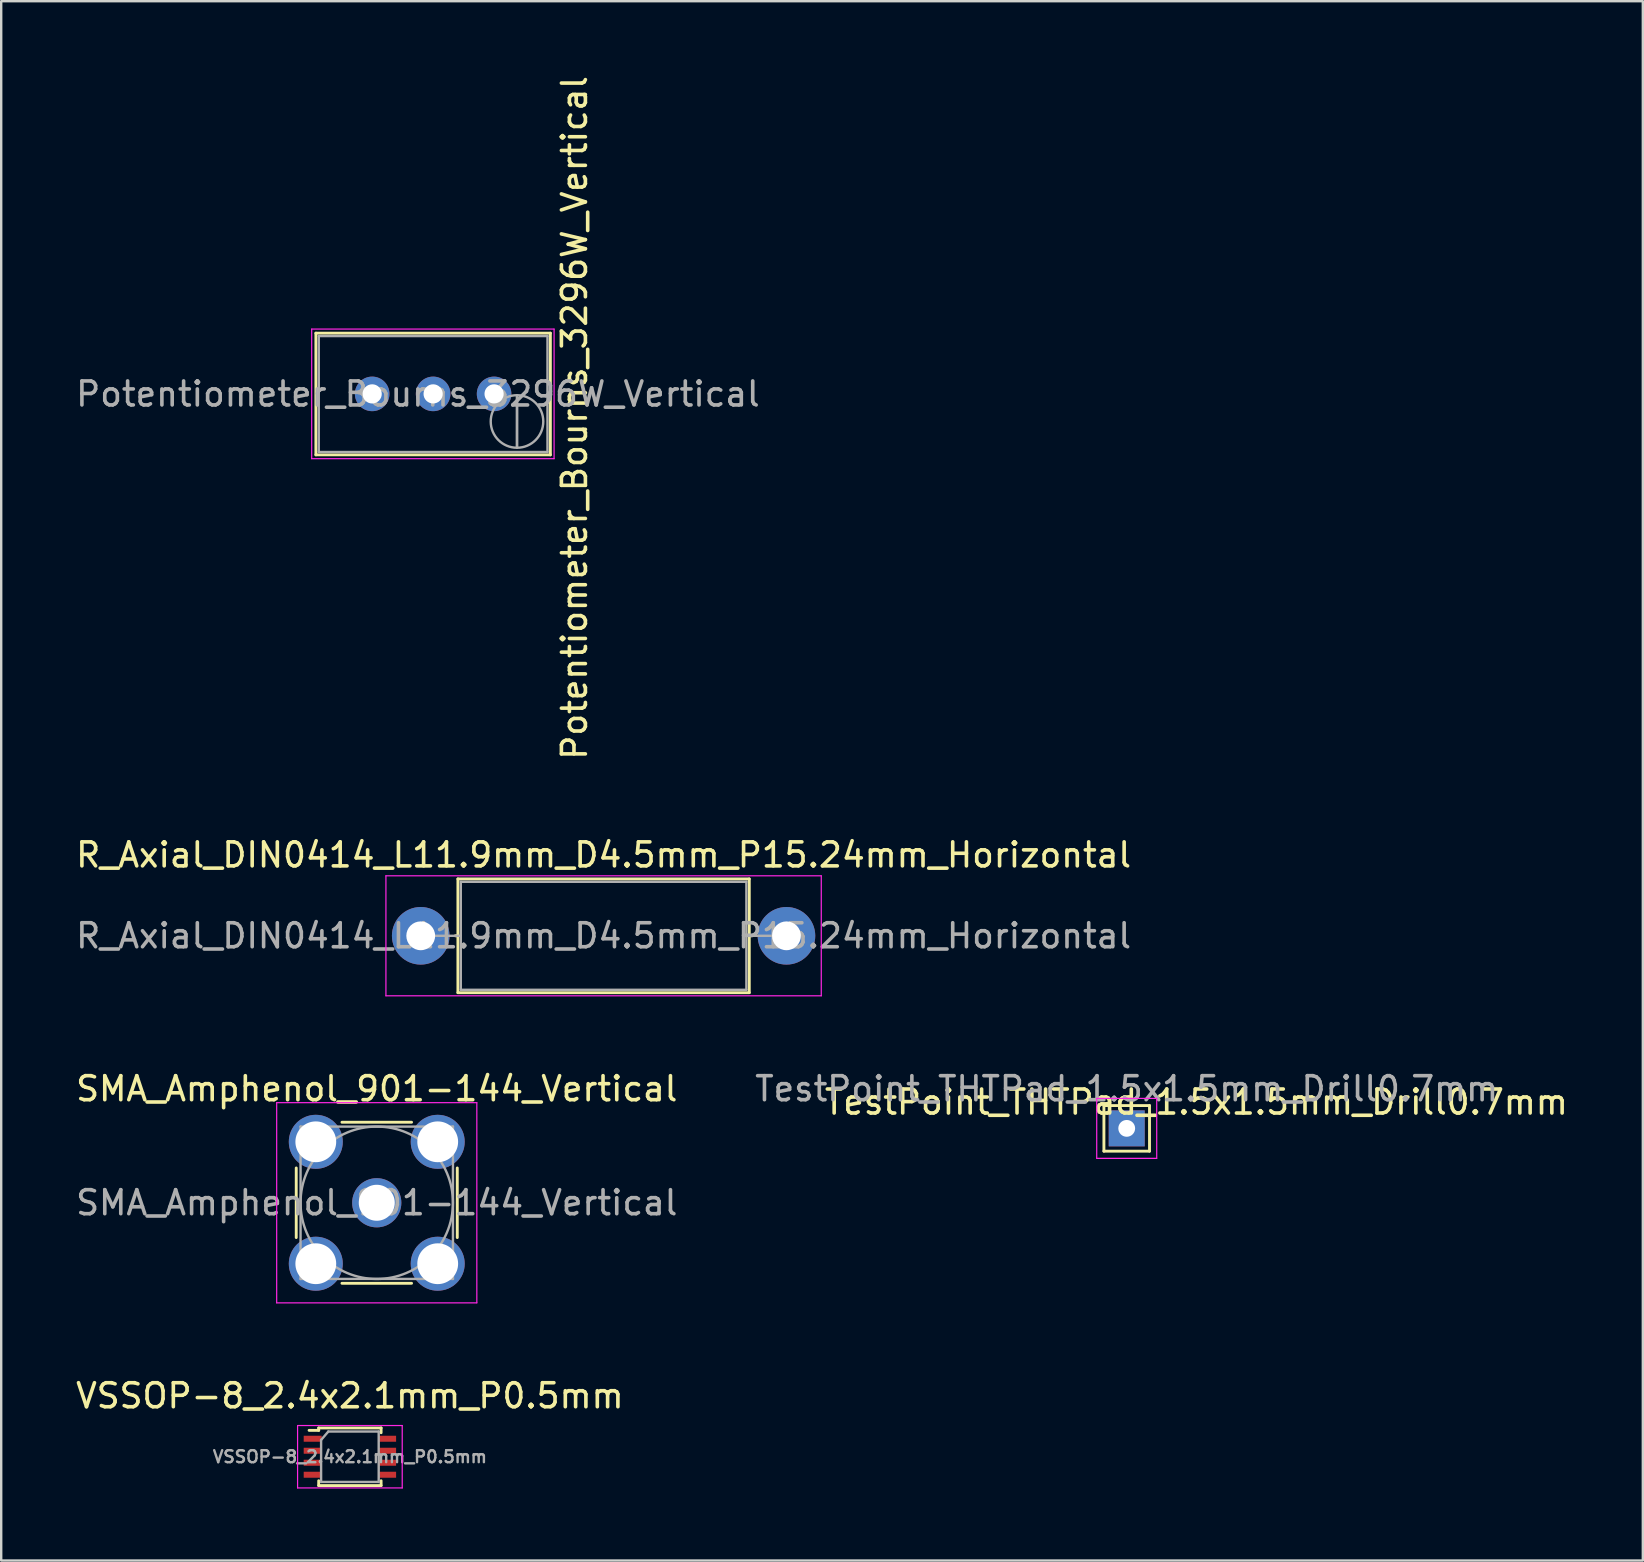
<source format=kicad_pcb>
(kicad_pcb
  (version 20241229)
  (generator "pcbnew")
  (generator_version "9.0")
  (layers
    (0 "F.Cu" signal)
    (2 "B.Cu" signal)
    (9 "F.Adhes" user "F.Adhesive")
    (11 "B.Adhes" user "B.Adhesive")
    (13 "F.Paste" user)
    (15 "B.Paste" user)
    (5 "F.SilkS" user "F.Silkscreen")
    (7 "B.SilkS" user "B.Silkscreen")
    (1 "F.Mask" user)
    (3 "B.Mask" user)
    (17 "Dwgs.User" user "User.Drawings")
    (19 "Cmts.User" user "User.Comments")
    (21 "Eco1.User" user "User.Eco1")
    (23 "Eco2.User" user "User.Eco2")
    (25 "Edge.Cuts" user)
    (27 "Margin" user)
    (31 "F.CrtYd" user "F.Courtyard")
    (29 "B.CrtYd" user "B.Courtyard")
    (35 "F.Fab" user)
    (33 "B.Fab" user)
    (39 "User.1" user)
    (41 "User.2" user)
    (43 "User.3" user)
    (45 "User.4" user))
  (footprint "Potentiometer_Bourns_3296W_Vertical"
    (layer "F.Cu")
    (at 17.538 13.363)
    (property "Reference" "Potentiometer_Bourns_3296W_Vertical" (at 3.35 1 90) (layer "F.SilkS") (effects (font (size 1 1) (thickness 0.15))))
    (attr through_hole)
    (fp_line (start -7.425 -2.53) (end -7.425 2.54) (stroke (width 0.12) (type solid)) (layer "F.SilkS"))
    (fp_line (start -7.425 -2.53) (end 2.345 -2.53) (stroke (width 0.12) (type solid)) (layer "F.SilkS"))
    (fp_line (start -7.425 2.54) (end 2.345 2.54) (stroke (width 0.12) (type solid)) (layer "F.SilkS"))
    (fp_line (start 2.345 -2.53) (end 2.345 2.54) (stroke (width 0.12) (type solid)) (layer "F.SilkS"))
    (fp_line (start -7.6 -2.7) (end -7.6 2.7) (stroke (width 0.05) (type solid)) (layer "F.CrtYd"))
    (fp_line (start -7.6 2.7) (end 2.5 2.7) (stroke (width 0.05) (type solid)) (layer "F.CrtYd"))
    (fp_line (start 2.5 -2.7) (end -7.6 -2.7) (stroke (width 0.05) (type solid)) (layer "F.CrtYd"))
    (fp_line (start 2.5 2.7) (end 2.5 -2.7) (stroke (width 0.05) (type solid)) (layer "F.CrtYd"))
    (fp_line (start -7.305 -2.41) (end -7.305 2.42) (stroke (width 0.1) (type solid)) (layer "F.Fab"))
    (fp_line (start -7.305 2.42) (end 2.225 2.42) (stroke (width 0.1) (type solid)) (layer "F.Fab"))
    (fp_line (start 0.955 2.235) (end 0.956 0.066) (stroke (width 0.1) (type solid)) (layer "F.Fab"))
    (fp_line (start 0.955 2.235) (end 0.956 0.066) (stroke (width 0.1) (type solid)) (layer "F.Fab"))
    (fp_line (start 2.225 -2.41) (end -7.305 -2.41) (stroke (width 0.1) (type solid)) (layer "F.Fab"))
    (fp_line (start 2.225 2.42) (end 2.225 -2.41) (stroke (width 0.1) (type solid)) (layer "F.Fab"))
    (fp_circle (center 0.955 1.15) (end 2.05 1.15) (stroke (width 0.1) (type solid)) (fill no) (layer "F.Fab"))
    (fp_text user "${REFERENCE}" (at -3.175 0.005 180) (layer "F.Fab") (effects (font (size 1 1) (thickness 0.15))))
    (pad "1" thru_hole circle (at 0 0) (size 1.44 1.44) (drill 0.8) (layers "*.Cu" "*.Mask"))
    (pad "2" thru_hole circle (at -2.54 0) (size 1.44 1.44) (drill 0.8) (layers "*.Cu" "*.Mask"))
    (pad "3" thru_hole circle (at -5.08 0) (size 1.44 1.44) (drill 0.8) (layers "*.Cu" "*.Mask")))
  (footprint "VSSOP-8_2.4x2.1mm_P0.5mm"
    (layer "F.Cu")
    (at 11.53 57.651)
    (property "Reference" "VSSOP-8_2.4x2.1mm_P0.5mm" (at 0 -2.54 0) (layer "F.SilkS") (effects (font (size 1 1) (thickness 0.15))))
    (attr smd)
    (fp_line (start -1.3 -1.2) (end -1.3 -1.1) (stroke (width 0.12) (type solid)) (layer "F.SilkS"))
    (fp_line (start -1.3 -1.1) (end -1.7 -1.1) (stroke (width 0.12) (type solid)) (layer "F.SilkS"))
    (fp_line (start -1.3 1.2) (end -1.3 1) (stroke (width 0.12) (type solid)) (layer "F.SilkS"))
    (fp_line (start -1.3 1.2) (end 1.3 1.2) (stroke (width 0.12) (type solid)) (layer "F.SilkS"))
    (fp_line (start 1.3 -1.2) (end -1.3 -1.2) (stroke (width 0.12) (type solid)) (layer "F.SilkS"))
    (fp_line (start 1.3 -1) (end 1.3 -1.2) (stroke (width 0.12) (type solid)) (layer "F.SilkS"))
    (fp_line (start 1.3 1.2) (end 1.3 1) (stroke (width 0.12) (type solid)) (layer "F.SilkS"))
    (fp_line (start -2.18 -1.3) (end 2.18 -1.3) (stroke (width 0.05) (type solid)) (layer "F.CrtYd"))
    (fp_line (start -2.18 1.3) (end -2.18 -1.3) (stroke (width 0.05) (type solid)) (layer "F.CrtYd"))
    (fp_line (start 2.18 -1.3) (end 2.18 1.3) (stroke (width 0.05) (type solid)) (layer "F.CrtYd"))
    (fp_line (start 2.18 1.3) (end -2.18 1.3) (stroke (width 0.05) (type solid)) (layer "F.CrtYd"))
    (fp_line (start -1.2 -0.7) (end -1.2 1.05) (stroke (width 0.1) (type solid)) (layer "F.Fab"))
    (fp_line (start -1.2 1.05) (end 1.2 1.05) (stroke (width 0.1) (type solid)) (layer "F.Fab"))
    (fp_line (start -0.9 -1.05) (end -1.2 -0.7) (stroke (width 0.1) (type solid)) (layer "F.Fab"))
    (fp_line (start 1.2 -1.05) (end -0.9 -1.05) (stroke (width 0.1) (type solid)) (layer "F.Fab"))
    (fp_line (start 1.2 1.05) (end 1.2 -1.05) (stroke (width 0.1) (type solid)) (layer "F.Fab"))
    (fp_text user "${REFERENCE}" (at 0 0 0) (layer "F.Fab") (effects (font (size 0.5 0.5) (thickness 0.1))))
    (pad "1" smd rect (at -1.55 -0.75) (size 0.75 0.25) (layers "F.Cu" "F.Mask" "F.Paste"))
    (pad "2" smd rect (at -1.55 -0.25) (size 0.75 0.25) (layers "F.Cu" "F.Mask" "F.Paste"))
    (pad "3" smd rect (at -1.55 0.25) (size 0.75 0.25) (layers "F.Cu" "F.Mask" "F.Paste"))
    (pad "4" smd rect (at -1.55 0.75) (size 0.75 0.25) (layers "F.Cu" "F.Mask" "F.Paste"))
    (pad "5" smd rect (at 1.55 0.75) (size 0.75 0.25) (layers "F.Cu" "F.Mask" "F.Paste"))
    (pad "6" smd rect (at 1.55 0.25) (size 0.75 0.25) (layers "F.Cu" "F.Mask" "F.Paste"))
    (pad "7" smd rect (at 1.55 -0.25) (size 0.75 0.25) (layers "F.Cu" "F.Mask" "F.Paste"))
    (pad "8" smd rect (at 1.55 -0.75) (size 0.75 0.25) (layers "F.Cu" "F.Mask" "F.Paste")))
  (footprint "SMA_Amphenol_901-144_Vertical"
    (layer "F.Cu")
    (at 12.649 47.068)
    (property "Reference" "SMA_Amphenol_901-144_Vertical" (at 0 -4.75 0) (layer "F.SilkS") (effects (font (size 1 1) (thickness 0.15))))
    (attr through_hole)
    (fp_line (start -3.355 -1.45) (end -3.355 1.45) (stroke (width 0.12) (type solid)) (layer "F.SilkS"))
    (fp_line (start -1.45 -3.355) (end 1.45 -3.355) (stroke (width 0.12) (type solid)) (layer "F.SilkS"))
    (fp_line (start -1.45 3.355) (end 1.45 3.355) (stroke (width 0.12) (type solid)) (layer "F.SilkS"))
    (fp_line (start 3.355 -1.45) (end 3.355 1.45) (stroke (width 0.12) (type solid)) (layer "F.SilkS"))
    (fp_line (start -4.17 -4.17) (end -4.17 4.17) (stroke (width 0.05) (type solid)) (layer "F.CrtYd"))
    (fp_line (start -4.17 -4.17) (end 4.17 -4.17) (stroke (width 0.05) (type solid)) (layer "F.CrtYd"))
    (fp_line (start 4.17 4.17) (end -4.17 4.17) (stroke (width 0.05) (type solid)) (layer "F.CrtYd"))
    (fp_line (start 4.17 4.17) (end 4.17 -4.17) (stroke (width 0.05) (type solid)) (layer "F.CrtYd"))
    (fp_line (start -3.175 -3.175) (end -3.175 3.175) (stroke (width 0.1) (type solid)) (layer "F.Fab"))
    (fp_line (start -3.175 -3.175) (end 3.175 -3.175) (stroke (width 0.1) (type solid)) (layer "F.Fab"))
    (fp_line (start -3.175 3.175) (end 3.175 3.175) (stroke (width 0.1) (type solid)) (layer "F.Fab"))
    (fp_line (start 3.175 -3.175) (end 3.175 3.175) (stroke (width 0.1) (type solid)) (layer "F.Fab"))
    (fp_circle (center 0 0) (end 3.175 0) (stroke (width 0.1) (type solid)) (fill no) (layer "F.Fab"))
    (fp_text user "${REFERENCE}" (at 0 0 0) (layer "F.Fab") (effects (font (size 1 1) (thickness 0.15))))
    (pad "1" thru_hole circle (at 0 0) (size 2.05 2.05) (drill 1.5) (layers "*.Cu" "*.Mask"))
    (pad "2" thru_hole circle (at -2.54 -2.54) (size 2.25 2.25) (drill 1.7) (layers "*.Cu" "*.Mask"))
    (pad "2" thru_hole circle (at -2.54 2.54) (size 2.25 2.25) (drill 1.7) (layers "*.Cu" "*.Mask"))
    (pad "2" thru_hole circle (at 2.54 -2.54) (size 2.25 2.25) (drill 1.7) (layers "*.Cu" "*.Mask"))
    (pad "2" thru_hole circle (at 2.54 2.54) (size 2.25 2.25) (drill 1.7) (layers "*.Cu" "*.Mask")))
  (footprint "R_Axial_DIN0414_L11.9mm_D4.5mm_P15.24mm_Horizontal"
    (layer "F.Cu")
    (at 14.481 35.944)
    (property "Reference" "R_Axial_DIN0414_L11.9mm_D4.5mm_P15.24mm_Horizontal" (at 7.62 -3.37 0) (layer "F.SilkS") (effects (font (size 1 1) (thickness 0.15))))
    (attr through_hole)
    (fp_line (start 1.44 0) (end 1.55 0) (stroke (width 0.12) (type solid)) (layer "F.SilkS"))
    (fp_line (start 1.55 -2.37) (end 1.55 2.37) (stroke (width 0.12) (type solid)) (layer "F.SilkS"))
    (fp_line (start 1.55 2.37) (end 13.69 2.37) (stroke (width 0.12) (type solid)) (layer "F.SilkS"))
    (fp_line (start 13.69 -2.37) (end 1.55 -2.37) (stroke (width 0.12) (type solid)) (layer "F.SilkS"))
    (fp_line (start 13.69 2.37) (end 13.69 -2.37) (stroke (width 0.12) (type solid)) (layer "F.SilkS"))
    (fp_line (start 13.8 0) (end 13.69 0) (stroke (width 0.12) (type solid)) (layer "F.SilkS"))
    (fp_line (start -1.45 -2.5) (end -1.45 2.5) (stroke (width 0.05) (type solid)) (layer "F.CrtYd"))
    (fp_line (start -1.45 2.5) (end 16.69 2.5) (stroke (width 0.05) (type solid)) (layer "F.CrtYd"))
    (fp_line (start 16.69 -2.5) (end -1.45 -2.5) (stroke (width 0.05) (type solid)) (layer "F.CrtYd"))
    (fp_line (start 16.69 2.5) (end 16.69 -2.5) (stroke (width 0.05) (type solid)) (layer "F.CrtYd"))
    (fp_line (start 0 0) (end 1.67 0) (stroke (width 0.1) (type solid)) (layer "F.Fab"))
    (fp_line (start 1.67 -2.25) (end 1.67 2.25) (stroke (width 0.1) (type solid)) (layer "F.Fab"))
    (fp_line (start 1.67 2.25) (end 13.57 2.25) (stroke (width 0.1) (type solid)) (layer "F.Fab"))
    (fp_line (start 13.57 -2.25) (end 1.67 -2.25) (stroke (width 0.1) (type solid)) (layer "F.Fab"))
    (fp_line (start 13.57 2.25) (end 13.57 -2.25) (stroke (width 0.1) (type solid)) (layer "F.Fab"))
    (fp_line (start 15.24 0) (end 13.57 0) (stroke (width 0.1) (type solid)) (layer "F.Fab"))
    (fp_text user "${REFERENCE}" (at 7.62 0 0) (layer "F.Fab") (effects (font (size 1 1) (thickness 0.15))))
    (pad "1" thru_hole circle (at 0 0) (size 2.4 2.4) (drill 1.2) (layers "*.Cu" "*.Mask"))
    (pad "2" thru_hole oval (at 15.24 0) (size 2.4 2.4) (drill 1.2) (layers "*.Cu" "*.Mask")))
  (footprint "TestPoint_THTPad_1.5x1.5mm_Drill0.7mm"
    (layer "F.Cu")
    (at 43.899 43.968)
    (property "Reference" "TestPoint_THTPad_1.5x1.5mm_Drill0.7mm" (at 2.905 -1.095 0) (layer "F.SilkS") (effects (font (size 1 1) (thickness 0.15))))
    (attr exclude_from_pos_files exclude_from_bom)
    (fp_line (start -0.95 -0.95) (end 0.95 -0.95) (stroke (width 0.12) (type solid)) (layer "F.SilkS"))
    (fp_line (start -0.95 0.95) (end -0.95 -0.95) (stroke (width 0.12) (type solid)) (layer "F.SilkS"))
    (fp_line (start 0.95 -0.95) (end 0.95 0.95) (stroke (width 0.12) (type solid)) (layer "F.SilkS"))
    (fp_line (start 0.95 0.95) (end -0.95 0.95) (stroke (width 0.12) (type solid)) (layer "F.SilkS"))
    (fp_line (start -1.25 -1.25) (end -1.25 1.25) (stroke (width 0.05) (type solid)) (layer "F.CrtYd"))
    (fp_line (start -1.25 -1.25) (end 1.25 -1.25) (stroke (width 0.05) (type solid)) (layer "F.CrtYd"))
    (fp_line (start 1.25 1.25) (end -1.25 1.25) (stroke (width 0.05) (type solid)) (layer "F.CrtYd"))
    (fp_line (start 1.25 1.25) (end 1.25 -1.25) (stroke (width 0.05) (type solid)) (layer "F.CrtYd"))
    (fp_text user "${REFERENCE}" (at 0 -1.65 0) (layer "F.Fab") (effects (font (size 1 1) (thickness 0.15))))
    (pad "1" thru_hole rect (at 0 0) (size 1.5 1.5) (drill 0.7) (layers "*.Cu" "*.Mask")))
  (gr_rect
    (start -3 -3)
    (end 65.405 61.976)
    (stroke (width 0.1) (type default))
    (fill no)
    (layer "Edge.Cuts")))
</source>
